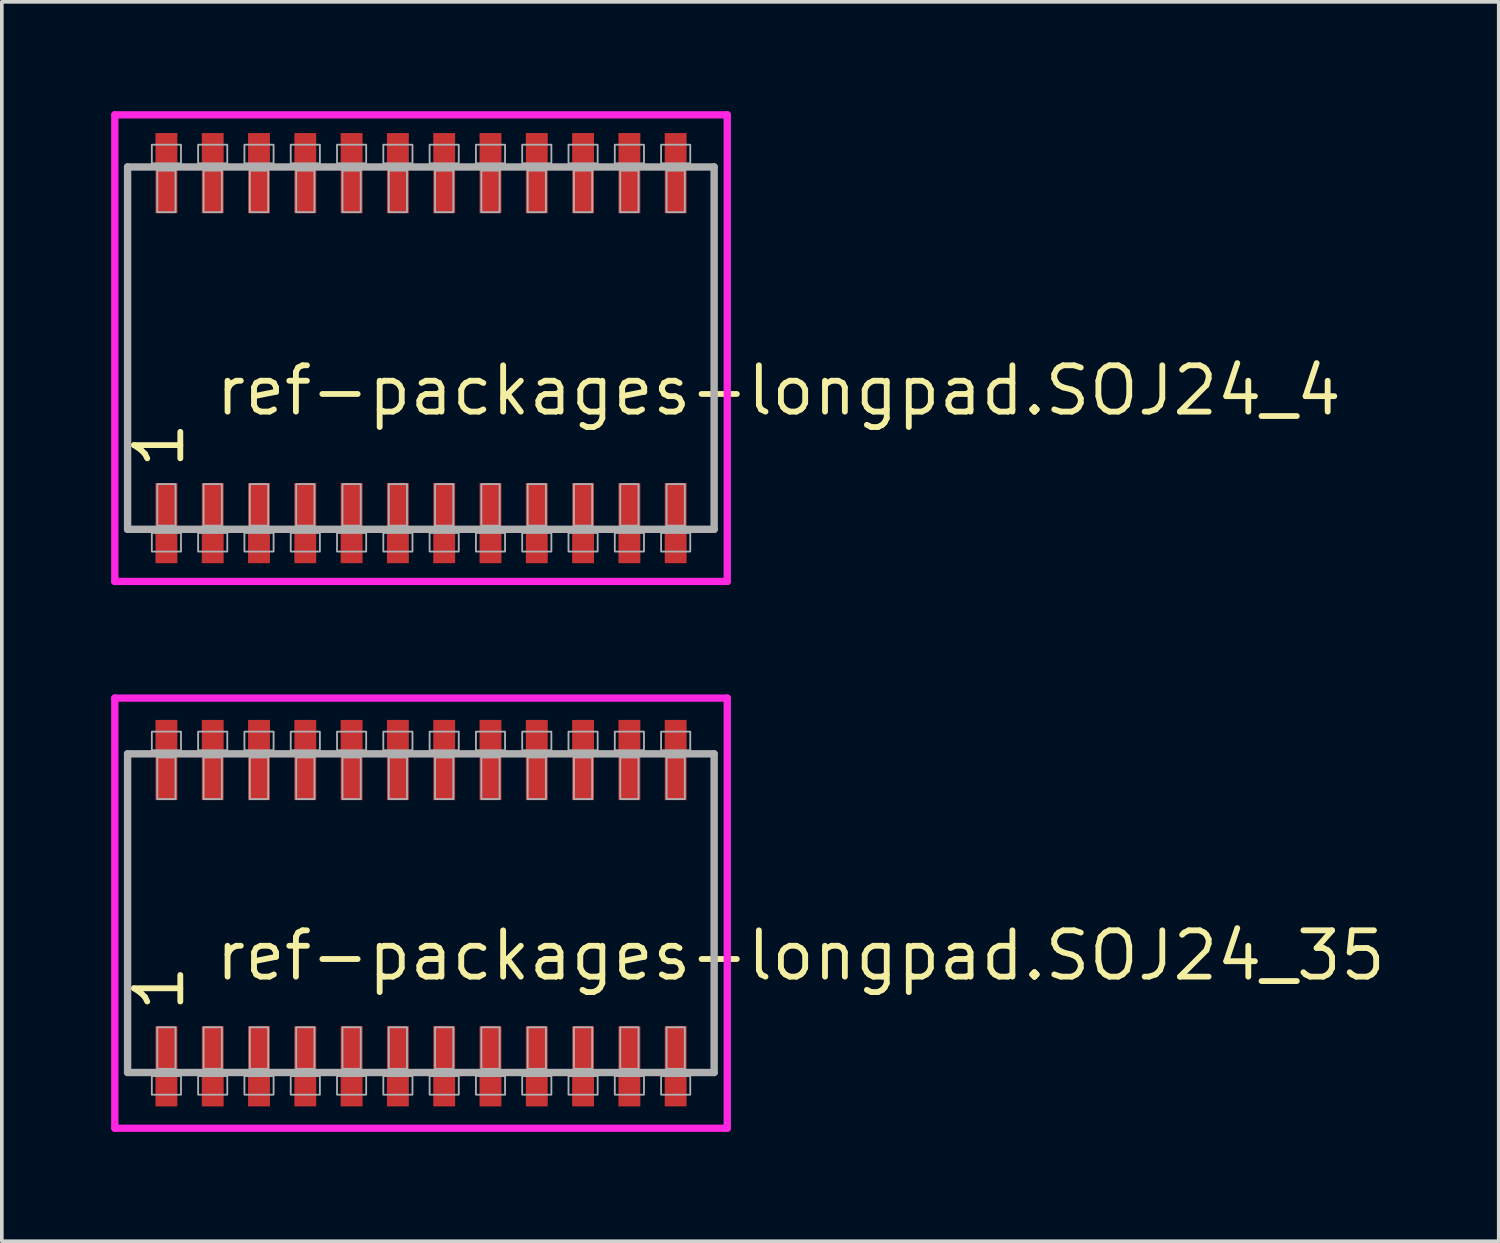
<source format=kicad_pcb>
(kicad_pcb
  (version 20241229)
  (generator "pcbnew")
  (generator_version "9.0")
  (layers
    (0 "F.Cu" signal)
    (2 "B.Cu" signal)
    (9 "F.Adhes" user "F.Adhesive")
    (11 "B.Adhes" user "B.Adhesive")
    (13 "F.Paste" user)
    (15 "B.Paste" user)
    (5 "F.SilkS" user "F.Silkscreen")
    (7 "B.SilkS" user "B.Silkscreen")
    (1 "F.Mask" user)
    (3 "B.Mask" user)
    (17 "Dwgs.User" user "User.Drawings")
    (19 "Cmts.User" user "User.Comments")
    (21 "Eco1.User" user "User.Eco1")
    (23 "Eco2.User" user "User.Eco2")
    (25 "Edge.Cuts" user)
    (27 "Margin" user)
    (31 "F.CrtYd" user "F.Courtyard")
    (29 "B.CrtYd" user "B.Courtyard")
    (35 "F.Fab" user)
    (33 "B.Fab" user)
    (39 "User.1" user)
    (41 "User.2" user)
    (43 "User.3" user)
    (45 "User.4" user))
  (footprint "ref-packages-longpad.SOJ24_35"
    (layer "F.Cu")
    (at 8.5 22)
    (property "Reference" "ref-packages-longpad.SOJ24_35" (at -5.715 1.905 0) (layer "F.SilkS") (effects (font (size 1.27 1.27) (thickness 0.16)) (justify left bottom)))
    (attr smd)
    (fp_line (start -8.4 -5.9) (end 8.4 -5.9) (stroke (width 0.2) (type default)) (layer "F.CrtYd"))
    (fp_line (start -8.4 5.9) (end -8.4 -5.9) (stroke (width 0.2) (type default)) (layer "F.CrtYd"))
    (fp_line (start 8.4 -5.9) (end 8.4 5.9) (stroke (width 0.2) (type default)) (layer "F.CrtYd"))
    (fp_line (start 8.4 5.9) (end -8.4 5.9) (stroke (width 0.2) (type default)) (layer "F.CrtYd"))
    (fp_line (start -8.05 -4.37) (end 8.04 -4.37) (stroke (width 0.203) (type default)) (layer "F.Fab"))
    (fp_line (start -8.05 4.37) (end -8.05 -4.37) (stroke (width 0.203) (type default)) (layer "F.Fab"))
    (fp_line (start 8.04 -4.37) (end 8.04 4.37) (stroke (width 0.203) (type default)) (layer "F.Fab"))
    (fp_line (start 8.04 4.37) (end -8.05 4.37) (stroke (width 0.203) (type default)) (layer "F.Fab"))
    (fp_rect (start -7.385 -4.47) (end -6.585 -4.98) (stroke (width 0.05) (type default)) (fill no) (layer "F.Fab"))
    (fp_rect (start -7.385 4.98) (end -6.585 4.47) (stroke (width 0.05) (type default)) (fill no) (layer "F.Fab"))
    (fp_rect (start -7.235 -3.13) (end -6.735 -4.27) (stroke (width 0.05) (type default)) (fill no) (layer "F.Fab"))
    (fp_rect (start -7.235 4.27) (end -6.735 3.13) (stroke (width 0.05) (type default)) (fill no) (layer "F.Fab"))
    (fp_rect (start -6.115 -4.47) (end -5.315 -4.98) (stroke (width 0.05) (type default)) (fill no) (layer "F.Fab"))
    (fp_rect (start -6.115 4.98) (end -5.315 4.47) (stroke (width 0.05) (type default)) (fill no) (layer "F.Fab"))
    (fp_rect (start -5.965 -3.13) (end -5.465 -4.27) (stroke (width 0.05) (type default)) (fill no) (layer "F.Fab"))
    (fp_rect (start -5.965 4.27) (end -5.465 3.13) (stroke (width 0.05) (type default)) (fill no) (layer "F.Fab"))
    (fp_rect (start -4.845 -4.47) (end -4.045 -4.98) (stroke (width 0.05) (type default)) (fill no) (layer "F.Fab"))
    (fp_rect (start -4.845 4.98) (end -4.045 4.47) (stroke (width 0.05) (type default)) (fill no) (layer "F.Fab"))
    (fp_rect (start -4.695 -3.13) (end -4.195 -4.27) (stroke (width 0.05) (type default)) (fill no) (layer "F.Fab"))
    (fp_rect (start -4.695 4.27) (end -4.195 3.13) (stroke (width 0.05) (type default)) (fill no) (layer "F.Fab"))
    (fp_rect (start -3.575 -4.47) (end -2.775 -4.98) (stroke (width 0.05) (type default)) (fill no) (layer "F.Fab"))
    (fp_rect (start -3.575 4.98) (end -2.775 4.47) (stroke (width 0.05) (type default)) (fill no) (layer "F.Fab"))
    (fp_rect (start -3.425 -3.13) (end -2.925 -4.27) (stroke (width 0.05) (type default)) (fill no) (layer "F.Fab"))
    (fp_rect (start -3.425 4.27) (end -2.925 3.13) (stroke (width 0.05) (type default)) (fill no) (layer "F.Fab"))
    (fp_rect (start -2.305 -4.47) (end -1.505 -4.98) (stroke (width 0.05) (type default)) (fill no) (layer "F.Fab"))
    (fp_rect (start -2.305 4.98) (end -1.505 4.47) (stroke (width 0.05) (type default)) (fill no) (layer "F.Fab"))
    (fp_rect (start -2.155 -3.13) (end -1.655 -4.27) (stroke (width 0.05) (type default)) (fill no) (layer "F.Fab"))
    (fp_rect (start -2.155 4.27) (end -1.655 3.13) (stroke (width 0.05) (type default)) (fill no) (layer "F.Fab"))
    (fp_rect (start -1.035 -4.47) (end -0.235 -4.98) (stroke (width 0.05) (type default)) (fill no) (layer "F.Fab"))
    (fp_rect (start -1.035 4.98) (end -0.235 4.47) (stroke (width 0.05) (type default)) (fill no) (layer "F.Fab"))
    (fp_rect (start -0.885 -3.13) (end -0.385 -4.27) (stroke (width 0.05) (type default)) (fill no) (layer "F.Fab"))
    (fp_rect (start -0.885 4.27) (end -0.385 3.13) (stroke (width 0.05) (type default)) (fill no) (layer "F.Fab"))
    (fp_rect (start 0.235 -4.47) (end 1.035 -4.98) (stroke (width 0.05) (type default)) (fill no) (layer "F.Fab"))
    (fp_rect (start 0.235 4.98) (end 1.035 4.47) (stroke (width 0.05) (type default)) (fill no) (layer "F.Fab"))
    (fp_rect (start 0.385 -3.13) (end 0.885 -4.27) (stroke (width 0.05) (type default)) (fill no) (layer "F.Fab"))
    (fp_rect (start 0.385 4.27) (end 0.885 3.13) (stroke (width 0.05) (type default)) (fill no) (layer "F.Fab"))
    (fp_rect (start 1.505 -4.47) (end 2.305 -4.98) (stroke (width 0.05) (type default)) (fill no) (layer "F.Fab"))
    (fp_rect (start 1.505 4.98) (end 2.305 4.47) (stroke (width 0.05) (type default)) (fill no) (layer "F.Fab"))
    (fp_rect (start 1.655 -3.13) (end 2.155 -4.27) (stroke (width 0.05) (type default)) (fill no) (layer "F.Fab"))
    (fp_rect (start 1.655 4.27) (end 2.155 3.13) (stroke (width 0.05) (type default)) (fill no) (layer "F.Fab"))
    (fp_rect (start 2.775 -4.47) (end 3.575 -4.98) (stroke (width 0.05) (type default)) (fill no) (layer "F.Fab"))
    (fp_rect (start 2.775 4.98) (end 3.575 4.47) (stroke (width 0.05) (type default)) (fill no) (layer "F.Fab"))
    (fp_rect (start 2.925 -3.13) (end 3.425 -4.27) (stroke (width 0.05) (type default)) (fill no) (layer "F.Fab"))
    (fp_rect (start 2.925 4.27) (end 3.425 3.13) (stroke (width 0.05) (type default)) (fill no) (layer "F.Fab"))
    (fp_rect (start 4.045 -4.47) (end 4.845 -4.98) (stroke (width 0.05) (type default)) (fill no) (layer "F.Fab"))
    (fp_rect (start 4.045 4.98) (end 4.845 4.47) (stroke (width 0.05) (type default)) (fill no) (layer "F.Fab"))
    (fp_rect (start 4.195 -3.13) (end 4.695 -4.27) (stroke (width 0.05) (type default)) (fill no) (layer "F.Fab"))
    (fp_rect (start 4.195 4.27) (end 4.695 3.13) (stroke (width 0.05) (type default)) (fill no) (layer "F.Fab"))
    (fp_rect (start 5.315 -4.47) (end 6.115 -4.98) (stroke (width 0.05) (type default)) (fill no) (layer "F.Fab"))
    (fp_rect (start 5.315 4.98) (end 6.115 4.47) (stroke (width 0.05) (type default)) (fill no) (layer "F.Fab"))
    (fp_rect (start 5.465 -3.13) (end 5.965 -4.27) (stroke (width 0.05) (type default)) (fill no) (layer "F.Fab"))
    (fp_rect (start 5.465 4.27) (end 5.965 3.13) (stroke (width 0.05) (type default)) (fill no) (layer "F.Fab"))
    (fp_rect (start 6.585 -4.47) (end 7.385 -4.98) (stroke (width 0.05) (type default)) (fill no) (layer "F.Fab"))
    (fp_rect (start 6.585 4.98) (end 7.385 4.47) (stroke (width 0.05) (type default)) (fill no) (layer "F.Fab"))
    (fp_rect (start 6.735 -3.13) (end 7.235 -4.27) (stroke (width 0.05) (type default)) (fill no) (layer "F.Fab"))
    (fp_rect (start 6.735 4.27) (end 7.235 3.13) (stroke (width 0.05) (type default)) (fill no) (layer "F.Fab"))
    (fp_text user "1" (at -6.44 2.77 90) (layer "F.SilkS") (effects (font (size 1.27 1.27) (thickness 0.16)) (justify left bottom)))
    (pad "1" smd roundrect (at -6.985 4.2) (size 0.6 2.2) (layers "F.Cu" "F.Mask" "F.Paste") (roundrect_rratio 0.01))
    (pad "2" smd roundrect (at -5.715 4.2) (size 0.6 2.2) (layers "F.Cu" "F.Mask" "F.Paste") (roundrect_rratio 0.01))
    (pad "3" smd roundrect (at -4.445 4.2) (size 0.6 2.2) (layers "F.Cu" "F.Mask" "F.Paste") (roundrect_rratio 0.01))
    (pad "4" smd roundrect (at -3.175 4.2) (size 0.6 2.2) (layers "F.Cu" "F.Mask" "F.Paste") (roundrect_rratio 0.01))
    (pad "5" smd roundrect (at -1.905 4.2) (size 0.6 2.2) (layers "F.Cu" "F.Mask" "F.Paste") (roundrect_rratio 0.01))
    (pad "6" smd roundrect (at -0.635 4.2) (size 0.6 2.2) (layers "F.Cu" "F.Mask" "F.Paste") (roundrect_rratio 0.01))
    (pad "7" smd roundrect (at 0.635 4.2) (size 0.6 2.2) (layers "F.Cu" "F.Mask" "F.Paste") (roundrect_rratio 0.01))
    (pad "8" smd roundrect (at 1.905 4.2) (size 0.6 2.2) (layers "F.Cu" "F.Mask" "F.Paste") (roundrect_rratio 0.01))
    (pad "9" smd roundrect (at 3.175 4.2) (size 0.6 2.2) (layers "F.Cu" "F.Mask" "F.Paste") (roundrect_rratio 0.01))
    (pad "10" smd roundrect (at 4.445 4.2) (size 0.6 2.2) (layers "F.Cu" "F.Mask" "F.Paste") (roundrect_rratio 0.01))
    (pad "11" smd roundrect (at 5.715 4.2) (size 0.6 2.2) (layers "F.Cu" "F.Mask" "F.Paste") (roundrect_rratio 0.01))
    (pad "12" smd roundrect (at 6.985 4.2) (size 0.6 2.2) (layers "F.Cu" "F.Mask" "F.Paste") (roundrect_rratio 0.01))
    (pad "13" smd roundrect (at 6.985 -4.2) (size 0.6 2.2) (layers "F.Cu" "F.Mask" "F.Paste") (roundrect_rratio 0.01))
    (pad "14" smd roundrect (at 5.715 -4.2) (size 0.6 2.2) (layers "F.Cu" "F.Mask" "F.Paste") (roundrect_rratio 0.01))
    (pad "15" smd roundrect (at 4.445 -4.2) (size 0.6 2.2) (layers "F.Cu" "F.Mask" "F.Paste") (roundrect_rratio 0.01))
    (pad "16" smd roundrect (at 3.175 -4.2) (size 0.6 2.2) (layers "F.Cu" "F.Mask" "F.Paste") (roundrect_rratio 0.01))
    (pad "17" smd roundrect (at 1.905 -4.2) (size 0.6 2.2) (layers "F.Cu" "F.Mask" "F.Paste") (roundrect_rratio 0.01))
    (pad "18" smd roundrect (at 0.635 -4.2) (size 0.6 2.2) (layers "F.Cu" "F.Mask" "F.Paste") (roundrect_rratio 0.01))
    (pad "19" smd roundrect (at -0.635 -4.2) (size 0.6 2.2) (layers "F.Cu" "F.Mask" "F.Paste") (roundrect_rratio 0.01))
    (pad "20" smd roundrect (at -1.905 -4.2) (size 0.6 2.2) (layers "F.Cu" "F.Mask" "F.Paste") (roundrect_rratio 0.01))
    (pad "21" smd roundrect (at -3.175 -4.2) (size 0.6 2.2) (layers "F.Cu" "F.Mask" "F.Paste") (roundrect_rratio 0.01))
    (pad "22" smd roundrect (at -4.445 -4.2) (size 0.6 2.2) (layers "F.Cu" "F.Mask" "F.Paste") (roundrect_rratio 0.01))
    (pad "23" smd roundrect (at -5.715 -4.2) (size 0.6 2.2) (layers "F.Cu" "F.Mask" "F.Paste") (roundrect_rratio 0.01))
    (pad "24" smd roundrect (at -6.985 -4.2) (size 0.6 2.2) (layers "F.Cu" "F.Mask" "F.Paste") (roundrect_rratio 0.01)))
  (footprint "ref-packages-longpad.SOJ24_4"
    (layer "F.Cu")
    (at 8.5 6.5)
    (property "Reference" "ref-packages-longpad.SOJ24_4" (at -5.715 1.905 0) (layer "F.SilkS") (effects (font (size 1.27 1.27) (thickness 0.16)) (justify left bottom)))
    (attr smd)
    (fp_line (start -8.4 -6.4) (end 8.4 -6.4) (stroke (width 0.2) (type default)) (layer "F.CrtYd"))
    (fp_line (start -8.4 6.4) (end -8.4 -6.4) (stroke (width 0.2) (type default)) (layer "F.CrtYd"))
    (fp_line (start 8.4 -6.4) (end 8.4 6.4) (stroke (width 0.2) (type default)) (layer "F.CrtYd"))
    (fp_line (start 8.4 6.4) (end -8.4 6.4) (stroke (width 0.2) (type default)) (layer "F.CrtYd"))
    (fp_line (start -8.05 -4.97) (end 8.04 -4.97) (stroke (width 0.203) (type default)) (layer "F.Fab"))
    (fp_line (start -8.05 4.97) (end -8.05 -4.97) (stroke (width 0.203) (type default)) (layer "F.Fab"))
    (fp_line (start 8.04 -4.97) (end 8.04 4.97) (stroke (width 0.203) (type default)) (layer "F.Fab"))
    (fp_line (start 8.04 4.97) (end -8.05 4.97) (stroke (width 0.203) (type default)) (layer "F.Fab"))
    (fp_rect (start -7.385 -5.07) (end -6.585 -5.58) (stroke (width 0.05) (type default)) (fill no) (layer "F.Fab"))
    (fp_rect (start -7.385 5.58) (end -6.585 5.07) (stroke (width 0.05) (type default)) (fill no) (layer "F.Fab"))
    (fp_rect (start -7.235 -3.73) (end -6.735 -4.87) (stroke (width 0.05) (type default)) (fill no) (layer "F.Fab"))
    (fp_rect (start -7.235 4.87) (end -6.735 3.73) (stroke (width 0.05) (type default)) (fill no) (layer "F.Fab"))
    (fp_rect (start -6.115 -5.07) (end -5.315 -5.58) (stroke (width 0.05) (type default)) (fill no) (layer "F.Fab"))
    (fp_rect (start -6.115 5.58) (end -5.315 5.07) (stroke (width 0.05) (type default)) (fill no) (layer "F.Fab"))
    (fp_rect (start -5.965 -3.73) (end -5.465 -4.87) (stroke (width 0.05) (type default)) (fill no) (layer "F.Fab"))
    (fp_rect (start -5.965 4.87) (end -5.465 3.73) (stroke (width 0.05) (type default)) (fill no) (layer "F.Fab"))
    (fp_rect (start -4.845 -5.07) (end -4.045 -5.58) (stroke (width 0.05) (type default)) (fill no) (layer "F.Fab"))
    (fp_rect (start -4.845 5.58) (end -4.045 5.07) (stroke (width 0.05) (type default)) (fill no) (layer "F.Fab"))
    (fp_rect (start -4.695 -3.73) (end -4.195 -4.87) (stroke (width 0.05) (type default)) (fill no) (layer "F.Fab"))
    (fp_rect (start -4.695 4.87) (end -4.195 3.73) (stroke (width 0.05) (type default)) (fill no) (layer "F.Fab"))
    (fp_rect (start -3.575 -5.07) (end -2.775 -5.58) (stroke (width 0.05) (type default)) (fill no) (layer "F.Fab"))
    (fp_rect (start -3.575 5.58) (end -2.775 5.07) (stroke (width 0.05) (type default)) (fill no) (layer "F.Fab"))
    (fp_rect (start -3.425 -3.73) (end -2.925 -4.87) (stroke (width 0.05) (type default)) (fill no) (layer "F.Fab"))
    (fp_rect (start -3.425 4.87) (end -2.925 3.73) (stroke (width 0.05) (type default)) (fill no) (layer "F.Fab"))
    (fp_rect (start -2.305 -5.07) (end -1.505 -5.58) (stroke (width 0.05) (type default)) (fill no) (layer "F.Fab"))
    (fp_rect (start -2.305 5.58) (end -1.505 5.07) (stroke (width 0.05) (type default)) (fill no) (layer "F.Fab"))
    (fp_rect (start -2.155 -3.73) (end -1.655 -4.87) (stroke (width 0.05) (type default)) (fill no) (layer "F.Fab"))
    (fp_rect (start -2.155 4.87) (end -1.655 3.73) (stroke (width 0.05) (type default)) (fill no) (layer "F.Fab"))
    (fp_rect (start -1.035 -5.07) (end -0.235 -5.58) (stroke (width 0.05) (type default)) (fill no) (layer "F.Fab"))
    (fp_rect (start -1.035 5.58) (end -0.235 5.07) (stroke (width 0.05) (type default)) (fill no) (layer "F.Fab"))
    (fp_rect (start -0.885 -3.73) (end -0.385 -4.87) (stroke (width 0.05) (type default)) (fill no) (layer "F.Fab"))
    (fp_rect (start -0.885 4.87) (end -0.385 3.73) (stroke (width 0.05) (type default)) (fill no) (layer "F.Fab"))
    (fp_rect (start 0.235 -5.07) (end 1.035 -5.58) (stroke (width 0.05) (type default)) (fill no) (layer "F.Fab"))
    (fp_rect (start 0.235 5.58) (end 1.035 5.07) (stroke (width 0.05) (type default)) (fill no) (layer "F.Fab"))
    (fp_rect (start 0.385 -3.73) (end 0.885 -4.87) (stroke (width 0.05) (type default)) (fill no) (layer "F.Fab"))
    (fp_rect (start 0.385 4.87) (end 0.885 3.73) (stroke (width 0.05) (type default)) (fill no) (layer "F.Fab"))
    (fp_rect (start 1.505 -5.07) (end 2.305 -5.58) (stroke (width 0.05) (type default)) (fill no) (layer "F.Fab"))
    (fp_rect (start 1.505 5.58) (end 2.305 5.07) (stroke (width 0.05) (type default)) (fill no) (layer "F.Fab"))
    (fp_rect (start 1.655 -3.73) (end 2.155 -4.87) (stroke (width 0.05) (type default)) (fill no) (layer "F.Fab"))
    (fp_rect (start 1.655 4.87) (end 2.155 3.73) (stroke (width 0.05) (type default)) (fill no) (layer "F.Fab"))
    (fp_rect (start 2.775 -5.07) (end 3.575 -5.58) (stroke (width 0.05) (type default)) (fill no) (layer "F.Fab"))
    (fp_rect (start 2.775 5.58) (end 3.575 5.07) (stroke (width 0.05) (type default)) (fill no) (layer "F.Fab"))
    (fp_rect (start 2.925 -3.73) (end 3.425 -4.87) (stroke (width 0.05) (type default)) (fill no) (layer "F.Fab"))
    (fp_rect (start 2.925 4.87) (end 3.425 3.73) (stroke (width 0.05) (type default)) (fill no) (layer "F.Fab"))
    (fp_rect (start 4.045 -5.07) (end 4.845 -5.58) (stroke (width 0.05) (type default)) (fill no) (layer "F.Fab"))
    (fp_rect (start 4.045 5.58) (end 4.845 5.07) (stroke (width 0.05) (type default)) (fill no) (layer "F.Fab"))
    (fp_rect (start 4.195 -3.73) (end 4.695 -4.87) (stroke (width 0.05) (type default)) (fill no) (layer "F.Fab"))
    (fp_rect (start 4.195 4.87) (end 4.695 3.73) (stroke (width 0.05) (type default)) (fill no) (layer "F.Fab"))
    (fp_rect (start 5.315 -5.07) (end 6.115 -5.58) (stroke (width 0.05) (type default)) (fill no) (layer "F.Fab"))
    (fp_rect (start 5.315 5.58) (end 6.115 5.07) (stroke (width 0.05) (type default)) (fill no) (layer "F.Fab"))
    (fp_rect (start 5.465 -3.73) (end 5.965 -4.87) (stroke (width 0.05) (type default)) (fill no) (layer "F.Fab"))
    (fp_rect (start 5.465 4.87) (end 5.965 3.73) (stroke (width 0.05) (type default)) (fill no) (layer "F.Fab"))
    (fp_rect (start 6.585 -5.07) (end 7.385 -5.58) (stroke (width 0.05) (type default)) (fill no) (layer "F.Fab"))
    (fp_rect (start 6.585 5.58) (end 7.385 5.07) (stroke (width 0.05) (type default)) (fill no) (layer "F.Fab"))
    (fp_rect (start 6.735 -3.73) (end 7.235 -4.87) (stroke (width 0.05) (type default)) (fill no) (layer "F.Fab"))
    (fp_rect (start 6.735 4.87) (end 7.235 3.73) (stroke (width 0.05) (type default)) (fill no) (layer "F.Fab"))
    (fp_text user "1" (at -6.44 3.37 90) (layer "F.SilkS") (effects (font (size 1.27 1.27) (thickness 0.16)) (justify left bottom)))
    (pad "1" smd roundrect (at -6.985 4.8) (size 0.6 2.2) (layers "F.Cu" "F.Mask" "F.Paste") (roundrect_rratio 0.01))
    (pad "2" smd roundrect (at -5.715 4.8) (size 0.6 2.2) (layers "F.Cu" "F.Mask" "F.Paste") (roundrect_rratio 0.01))
    (pad "3" smd roundrect (at -4.445 4.8) (size 0.6 2.2) (layers "F.Cu" "F.Mask" "F.Paste") (roundrect_rratio 0.01))
    (pad "4" smd roundrect (at -3.175 4.8) (size 0.6 2.2) (layers "F.Cu" "F.Mask" "F.Paste") (roundrect_rratio 0.01))
    (pad "5" smd roundrect (at -1.905 4.8) (size 0.6 2.2) (layers "F.Cu" "F.Mask" "F.Paste") (roundrect_rratio 0.01))
    (pad "6" smd roundrect (at -0.635 4.8) (size 0.6 2.2) (layers "F.Cu" "F.Mask" "F.Paste") (roundrect_rratio 0.01))
    (pad "7" smd roundrect (at 0.635 4.8) (size 0.6 2.2) (layers "F.Cu" "F.Mask" "F.Paste") (roundrect_rratio 0.01))
    (pad "8" smd roundrect (at 1.905 4.8) (size 0.6 2.2) (layers "F.Cu" "F.Mask" "F.Paste") (roundrect_rratio 0.01))
    (pad "9" smd roundrect (at 3.175 4.8) (size 0.6 2.2) (layers "F.Cu" "F.Mask" "F.Paste") (roundrect_rratio 0.01))
    (pad "10" smd roundrect (at 4.445 4.8) (size 0.6 2.2) (layers "F.Cu" "F.Mask" "F.Paste") (roundrect_rratio 0.01))
    (pad "11" smd roundrect (at 5.715 4.8) (size 0.6 2.2) (layers "F.Cu" "F.Mask" "F.Paste") (roundrect_rratio 0.01))
    (pad "12" smd roundrect (at 6.985 4.8) (size 0.6 2.2) (layers "F.Cu" "F.Mask" "F.Paste") (roundrect_rratio 0.01))
    (pad "13" smd roundrect (at 6.985 -4.8) (size 0.6 2.2) (layers "F.Cu" "F.Mask" "F.Paste") (roundrect_rratio 0.01))
    (pad "14" smd roundrect (at 5.715 -4.8) (size 0.6 2.2) (layers "F.Cu" "F.Mask" "F.Paste") (roundrect_rratio 0.01))
    (pad "15" smd roundrect (at 4.445 -4.8) (size 0.6 2.2) (layers "F.Cu" "F.Mask" "F.Paste") (roundrect_rratio 0.01))
    (pad "16" smd roundrect (at 3.175 -4.8) (size 0.6 2.2) (layers "F.Cu" "F.Mask" "F.Paste") (roundrect_rratio 0.01))
    (pad "17" smd roundrect (at 1.905 -4.8) (size 0.6 2.2) (layers "F.Cu" "F.Mask" "F.Paste") (roundrect_rratio 0.01))
    (pad "18" smd roundrect (at 0.635 -4.8) (size 0.6 2.2) (layers "F.Cu" "F.Mask" "F.Paste") (roundrect_rratio 0.01))
    (pad "19" smd roundrect (at -0.635 -4.8) (size 0.6 2.2) (layers "F.Cu" "F.Mask" "F.Paste") (roundrect_rratio 0.01))
    (pad "20" smd roundrect (at -1.905 -4.8) (size 0.6 2.2) (layers "F.Cu" "F.Mask" "F.Paste") (roundrect_rratio 0.01))
    (pad "21" smd roundrect (at -3.175 -4.8) (size 0.6 2.2) (layers "F.Cu" "F.Mask" "F.Paste") (roundrect_rratio 0.01))
    (pad "22" smd roundrect (at -4.445 -4.8) (size 0.6 2.2) (layers "F.Cu" "F.Mask" "F.Paste") (roundrect_rratio 0.01))
    (pad "23" smd roundrect (at -5.715 -4.8) (size 0.6 2.2) (layers "F.Cu" "F.Mask" "F.Paste") (roundrect_rratio 0.01))
    (pad "24" smd roundrect (at -6.985 -4.8) (size 0.6 2.2) (layers "F.Cu" "F.Mask" "F.Paste") (roundrect_rratio 0.01)))
  (gr_rect
    (start -3 -3)
    (end 38.063 31)
    (stroke (width 0.1) (type default))
    (fill no)
    (layer "Edge.Cuts")))
</source>
